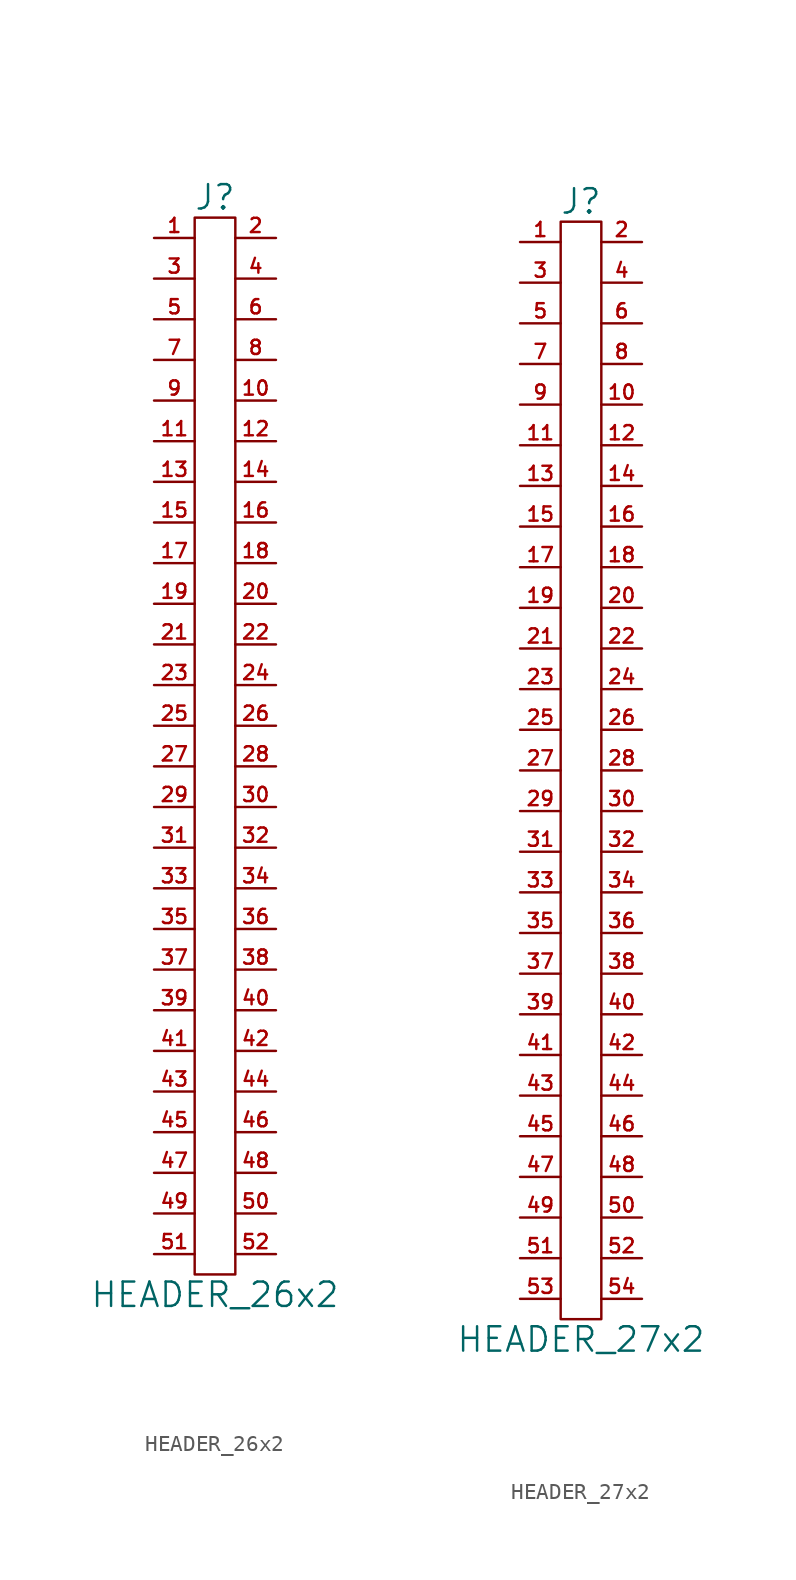
<source format=kicad_sym>
(kicad_symbol_lib
  (version 20220914)
  (generator kicad_symbol_editor)
  (symbol "HEADER_26x2"
    (pin_names
      (offset 0))
    (property "Reference" "J"
      (at 0 34.29 0)
      (effects (font (size 1.524 1.524))))
    (property "Value" "HEADER_26x2"
      (at 0 -34.29 0)
      (effects (font (size 1.524 1.524))))
    (property "Footprint" ""
      (at 0 -5.08 0)
      (effects (font (size 1.524 1.524))))
    (property "Datasheet" ""
      (at 0 0 0)
      (effects (font (size 1.524 1.524))))
    (symbol "HEADER_26x2_0_1"
      (rectangle (start 1.27 -33.02) (end -1.27 33.02) (stroke (width 0) (type solid)) (fill (type none))))
    (symbol "HEADER_26x2_1_1"
      (pin passive line (at -3.81 31.75 0) (length 2.54) (name "~" (effects (font (size 1.27 1.27)))) (number "1" (effects (font (size 0.889 0.889)))))
      (pin passive line (at 3.81 21.59 180) (length 2.54) (name "~" (effects (font (size 1.27 1.27)))) (number "10" (effects (font (size 0.889 0.889)))))
      (pin passive line (at -3.81 19.05 0) (length 2.54) (name "~" (effects (font (size 1.27 1.27)))) (number "11" (effects (font (size 0.889 0.889)))))
      (pin passive line (at 3.81 19.05 180) (length 2.54) (name "~" (effects (font (size 1.27 1.27)))) (number "12" (effects (font (size 0.889 0.889)))))
      (pin passive line (at -3.81 16.51 0) (length 2.54) (name "~" (effects (font (size 1.27 1.27)))) (number "13" (effects (font (size 0.889 0.889)))))
      (pin passive line (at 3.81 16.51 180) (length 2.54) (name "~" (effects (font (size 1.27 1.27)))) (number "14" (effects (font (size 0.889 0.889)))))
      (pin passive line (at -3.81 13.97 0) (length 2.54) (name "~" (effects (font (size 1.27 1.27)))) (number "15" (effects (font (size 0.889 0.889)))))
      (pin passive line (at 3.81 13.97 180) (length 2.54) (name "~" (effects (font (size 1.27 1.27)))) (number "16" (effects (font (size 0.889 0.889)))))
      (pin passive line (at -3.81 11.43 0) (length 2.54) (name "~" (effects (font (size 1.27 1.27)))) (number "17" (effects (font (size 0.889 0.889)))))
      (pin passive line (at 3.81 11.43 180) (length 2.54) (name "~" (effects (font (size 1.27 1.27)))) (number "18" (effects (font (size 0.889 0.889)))))
      (pin passive line (at -3.81 8.89 0) (length 2.54) (name "~" (effects (font (size 1.27 1.27)))) (number "19" (effects (font (size 0.889 0.889)))))
      (pin passive line (at 3.81 31.75 180) (length 2.54) (name "~" (effects (font (size 1.27 1.27)))) (number "2" (effects (font (size 0.889 0.889)))))
      (pin passive line (at 3.81 8.89 180) (length 2.54) (name "~" (effects (font (size 1.27 1.27)))) (number "20" (effects (font (size 0.889 0.889)))))
      (pin passive line (at -3.81 6.35 0) (length 2.54) (name "~" (effects (font (size 1.27 1.27)))) (number "21" (effects (font (size 0.889 0.889)))))
      (pin passive line (at 3.81 6.35 180) (length 2.54) (name "~" (effects (font (size 1.27 1.27)))) (number "22" (effects (font (size 0.889 0.889)))))
      (pin passive line (at -3.81 3.81 0) (length 2.54) (name "~" (effects (font (size 1.27 1.27)))) (number "23" (effects (font (size 0.889 0.889)))))
      (pin passive line (at 3.81 3.81 180) (length 2.54) (name "~" (effects (font (size 1.27 1.27)))) (number "24" (effects (font (size 0.889 0.889)))))
      (pin passive line (at -3.81 1.27 0) (length 2.54) (name "~" (effects (font (size 1.27 1.27)))) (number "25" (effects (font (size 0.889 0.889)))))
      (pin passive line (at 3.81 1.27 180) (length 2.54) (name "~" (effects (font (size 1.27 1.27)))) (number "26" (effects (font (size 0.889 0.889)))))
      (pin passive line (at -3.81 -1.27 0) (length 2.54) (name "~" (effects (font (size 1.27 1.27)))) (number "27" (effects (font (size 0.889 0.889)))))
      (pin passive line (at 3.81 -1.27 180) (length 2.54) (name "~" (effects (font (size 1.27 1.27)))) (number "28" (effects (font (size 0.889 0.889)))))
      (pin passive line (at -3.81 -3.81 0) (length 2.54) (name "~" (effects (font (size 1.27 1.27)))) (number "29" (effects (font (size 0.889 0.889)))))
      (pin passive line (at -3.81 29.21 0) (length 2.54) (name "~" (effects (font (size 1.27 1.27)))) (number "3" (effects (font (size 0.889 0.889)))))
      (pin passive line (at 3.81 -3.81 180) (length 2.54) (name "~" (effects (font (size 1.27 1.27)))) (number "30" (effects (font (size 0.889 0.889)))))
      (pin passive line (at -3.81 -6.35 0) (length 2.54) (name "~" (effects (font (size 1.27 1.27)))) (number "31" (effects (font (size 0.889 0.889)))))
      (pin passive line (at 3.81 -6.35 180) (length 2.54) (name "~" (effects (font (size 1.27 1.27)))) (number "32" (effects (font (size 0.889 0.889)))))
      (pin passive line (at -3.81 -8.89 0) (length 2.54) (name "~" (effects (font (size 1.27 1.27)))) (number "33" (effects (font (size 0.889 0.889)))))
      (pin passive line (at 3.81 -8.89 180) (length 2.54) (name "~" (effects (font (size 1.27 1.27)))) (number "34" (effects (font (size 0.889 0.889)))))
      (pin passive line (at -3.81 -11.43 0) (length 2.54) (name "~" (effects (font (size 1.27 1.27)))) (number "35" (effects (font (size 0.889 0.889)))))
      (pin passive line (at 3.81 -11.43 180) (length 2.54) (name "~" (effects (font (size 1.27 1.27)))) (number "36" (effects (font (size 0.889 0.889)))))
      (pin passive line (at -3.81 -13.97 0) (length 2.54) (name "~" (effects (font (size 0.889 0.889)))) (number "37" (effects (font (size 0.889 0.889)))))
      (pin passive line (at 3.81 -13.97 180) (length 2.54) (name "~" (effects (font (size 1.27 1.27)))) (number "38" (effects (font (size 0.889 0.889)))))
      (pin passive line (at -3.81 -16.51 0) (length 2.54) (name "~" (effects (font (size 1.27 1.27)))) (number "39" (effects (font (size 0.889 0.889)))))
      (pin passive line (at 3.81 29.21 180) (length 2.54) (name "~" (effects (font (size 1.27 1.27)))) (number "4" (effects (font (size 0.889 0.889)))))
      (pin passive line (at 3.81 -16.51 180) (length 2.54) (name "~" (effects (font (size 1.27 1.27)))) (number "40" (effects (font (size 0.889 0.889)))))
      (pin passive line (at -3.81 -19.05 0) (length 2.54) (name "~" (effects (font (size 1.27 1.27)))) (number "41" (effects (font (size 0.889 0.889)))))
      (pin passive line (at 3.81 -19.05 180) (length 2.54) (name "~" (effects (font (size 1.27 1.27)))) (number "42" (effects (font (size 0.889 0.889)))))
      (pin passive line (at -3.81 -21.59 0) (length 2.54) (name "~" (effects (font (size 1.27 1.27)))) (number "43" (effects (font (size 0.889 0.889)))))
      (pin passive line (at 3.81 -21.59 180) (length 2.54) (name "~" (effects (font (size 1.27 1.27)))) (number "44" (effects (font (size 0.889 0.889)))))
      (pin passive line (at -3.81 -24.13 0) (length 2.54) (name "~" (effects (font (size 1.27 1.27)))) (number "45" (effects (font (size 0.889 0.889)))))
      (pin passive line (at 3.81 -24.13 180) (length 2.54) (name "~" (effects (font (size 1.27 1.27)))) (number "46" (effects (font (size 0.889 0.889)))))
      (pin passive line (at -3.81 -26.67 0) (length 2.54) (name "~" (effects (font (size 1.27 1.27)))) (number "47" (effects (font (size 0.889 0.889)))))
      (pin passive line (at 3.81 -26.67 180) (length 2.54) (name "~" (effects (font (size 1.27 1.27)))) (number "48" (effects (font (size 0.889 0.889)))))
      (pin passive line (at -3.81 -29.21 0) (length 2.54) (name "~" (effects (font (size 1.27 1.27)))) (number "49" (effects (font (size 0.889 0.889)))))
      (pin passive line (at -3.81 26.67 0) (length 2.54) (name "~" (effects (font (size 1.27 1.27)))) (number "5" (effects (font (size 0.889 0.889)))))
      (pin passive line (at 3.81 -29.21 180) (length 2.54) (name "~" (effects (font (size 1.27 1.27)))) (number "50" (effects (font (size 0.889 0.889)))))
      (pin passive line (at -3.81 -31.75 0) (length 2.54) (name "~" (effects (font (size 1.27 1.27)))) (number "51" (effects (font (size 0.889 0.889)))))
      (pin passive line (at 3.81 -31.75 180) (length 2.54) (name "~" (effects (font (size 1.27 1.27)))) (number "52" (effects (font (size 0.889 0.889)))))
      (pin passive line (at 3.81 26.67 180) (length 2.54) (name "~" (effects (font (size 1.27 1.27)))) (number "6" (effects (font (size 0.889 0.889)))))
      (pin passive line (at -3.81 24.13 0) (length 2.54) (name "~" (effects (font (size 1.27 1.27)))) (number "7" (effects (font (size 0.889 0.889)))))
      (pin passive line (at 3.81 24.13 180) (length 2.54) (name "~" (effects (font (size 1.27 1.27)))) (number "8" (effects (font (size 0.889 0.889)))))
      (pin passive line (at -3.81 21.59 0) (length 2.54) (name "~" (effects (font (size 1.27 1.27)))) (number "9" (effects (font (size 0.889 0.889)))))))
  (symbol "HEADER_27x2"
    (pin_names
      (offset 0))
    (property "Reference" "J"
      (at 0 35.56 0)
      (effects (font (size 1.524 1.524))))
    (property "Value" "HEADER_27x2"
      (at 0 -35.56 0)
      (effects (font (size 1.524 1.524))))
    (property "Footprint" ""
      (at 0 -3.81 0)
      (effects (font (size 1.524 1.524))))
    (property "Datasheet" ""
      (at 0 0 0)
      (effects (font (size 1.524 1.524))))
    (symbol "HEADER_27x2_0_1"
      (rectangle (start 1.27 -34.29) (end -1.27 34.29) (stroke (width 0) (type solid)) (fill (type none))))
    (symbol "HEADER_27x2_1_1"
      (pin passive line (at -3.81 33.02 0) (length 2.54) (name "~" (effects (font (size 1.27 1.27)))) (number "1" (effects (font (size 0.889 0.889)))))
      (pin passive line (at 3.81 22.86 180) (length 2.54) (name "~" (effects (font (size 1.27 1.27)))) (number "10" (effects (font (size 0.889 0.889)))))
      (pin passive line (at -3.81 20.32 0) (length 2.54) (name "~" (effects (font (size 1.27 1.27)))) (number "11" (effects (font (size 0.889 0.889)))))
      (pin passive line (at 3.81 20.32 180) (length 2.54) (name "~" (effects (font (size 1.27 1.27)))) (number "12" (effects (font (size 0.889 0.889)))))
      (pin passive line (at -3.81 17.78 0) (length 2.54) (name "~" (effects (font (size 1.27 1.27)))) (number "13" (effects (font (size 0.889 0.889)))))
      (pin passive line (at 3.81 17.78 180) (length 2.54) (name "~" (effects (font (size 1.27 1.27)))) (number "14" (effects (font (size 0.889 0.889)))))
      (pin passive line (at -3.81 15.24 0) (length 2.54) (name "~" (effects (font (size 1.27 1.27)))) (number "15" (effects (font (size 0.889 0.889)))))
      (pin passive line (at 3.81 15.24 180) (length 2.54) (name "~" (effects (font (size 1.27 1.27)))) (number "16" (effects (font (size 0.889 0.889)))))
      (pin passive line (at -3.81 12.7 0) (length 2.54) (name "~" (effects (font (size 1.27 1.27)))) (number "17" (effects (font (size 0.889 0.889)))))
      (pin passive line (at 3.81 12.7 180) (length 2.54) (name "~" (effects (font (size 1.27 1.27)))) (number "18" (effects (font (size 0.889 0.889)))))
      (pin passive line (at -3.81 10.16 0) (length 2.54) (name "~" (effects (font (size 1.27 1.27)))) (number "19" (effects (font (size 0.889 0.889)))))
      (pin passive line (at 3.81 33.02 180) (length 2.54) (name "~" (effects (font (size 1.27 1.27)))) (number "2" (effects (font (size 0.889 0.889)))))
      (pin passive line (at 3.81 10.16 180) (length 2.54) (name "~" (effects (font (size 1.27 1.27)))) (number "20" (effects (font (size 0.889 0.889)))))
      (pin passive line (at -3.81 7.62 0) (length 2.54) (name "~" (effects (font (size 1.27 1.27)))) (number "21" (effects (font (size 0.889 0.889)))))
      (pin passive line (at 3.81 7.62 180) (length 2.54) (name "~" (effects (font (size 1.27 1.27)))) (number "22" (effects (font (size 0.889 0.889)))))
      (pin passive line (at -3.81 5.08 0) (length 2.54) (name "~" (effects (font (size 1.27 1.27)))) (number "23" (effects (font (size 0.889 0.889)))))
      (pin passive line (at 3.81 5.08 180) (length 2.54) (name "~" (effects (font (size 1.27 1.27)))) (number "24" (effects (font (size 0.889 0.889)))))
      (pin passive line (at -3.81 2.54 0) (length 2.54) (name "~" (effects (font (size 1.27 1.27)))) (number "25" (effects (font (size 0.889 0.889)))))
      (pin passive line (at 3.81 2.54 180) (length 2.54) (name "~" (effects (font (size 1.27 1.27)))) (number "26" (effects (font (size 0.889 0.889)))))
      (pin passive line (at -3.81 0 0) (length 2.54) (name "~" (effects (font (size 1.27 1.27)))) (number "27" (effects (font (size 0.889 0.889)))))
      (pin passive line (at 3.81 0 180) (length 2.54) (name "~" (effects (font (size 1.27 1.27)))) (number "28" (effects (font (size 0.889 0.889)))))
      (pin passive line (at -3.81 -2.54 0) (length 2.54) (name "~" (effects (font (size 1.27 1.27)))) (number "29" (effects (font (size 0.889 0.889)))))
      (pin passive line (at -3.81 30.48 0) (length 2.54) (name "~" (effects (font (size 1.27 1.27)))) (number "3" (effects (font (size 0.889 0.889)))))
      (pin passive line (at 3.81 -2.54 180) (length 2.54) (name "~" (effects (font (size 1.27 1.27)))) (number "30" (effects (font (size 0.889 0.889)))))
      (pin passive line (at -3.81 -5.08 0) (length 2.54) (name "~" (effects (font (size 1.27 1.27)))) (number "31" (effects (font (size 0.889 0.889)))))
      (pin passive line (at 3.81 -5.08 180) (length 2.54) (name "~" (effects (font (size 1.27 1.27)))) (number "32" (effects (font (size 0.889 0.889)))))
      (pin passive line (at -3.81 -7.62 0) (length 2.54) (name "~" (effects (font (size 1.27 1.27)))) (number "33" (effects (font (size 0.889 0.889)))))
      (pin passive line (at 3.81 -7.62 180) (length 2.54) (name "~" (effects (font (size 1.27 1.27)))) (number "34" (effects (font (size 0.889 0.889)))))
      (pin passive line (at -3.81 -10.16 0) (length 2.54) (name "~" (effects (font (size 1.27 1.27)))) (number "35" (effects (font (size 0.889 0.889)))))
      (pin passive line (at 3.81 -10.16 180) (length 2.54) (name "~" (effects (font (size 1.27 1.27)))) (number "36" (effects (font (size 0.889 0.889)))))
      (pin passive line (at -3.81 -12.7 0) (length 2.54) (name "~" (effects (font (size 0.889 0.889)))) (number "37" (effects (font (size 0.889 0.889)))))
      (pin passive line (at 3.81 -12.7 180) (length 2.54) (name "~" (effects (font (size 1.27 1.27)))) (number "38" (effects (font (size 0.889 0.889)))))
      (pin passive line (at -3.81 -15.24 0) (length 2.54) (name "~" (effects (font (size 1.27 1.27)))) (number "39" (effects (font (size 0.889 0.889)))))
      (pin passive line (at 3.81 30.48 180) (length 2.54) (name "~" (effects (font (size 1.27 1.27)))) (number "4" (effects (font (size 0.889 0.889)))))
      (pin passive line (at 3.81 -15.24 180) (length 2.54) (name "~" (effects (font (size 1.27 1.27)))) (number "40" (effects (font (size 0.889 0.889)))))
      (pin passive line (at -3.81 -17.78 0) (length 2.54) (name "~" (effects (font (size 1.27 1.27)))) (number "41" (effects (font (size 0.889 0.889)))))
      (pin passive line (at 3.81 -17.78 180) (length 2.54) (name "~" (effects (font (size 1.27 1.27)))) (number "42" (effects (font (size 0.889 0.889)))))
      (pin passive line (at -3.81 -20.32 0) (length 2.54) (name "~" (effects (font (size 1.27 1.27)))) (number "43" (effects (font (size 0.889 0.889)))))
      (pin passive line (at 3.81 -20.32 180) (length 2.54) (name "~" (effects (font (size 1.27 1.27)))) (number "44" (effects (font (size 0.889 0.889)))))
      (pin passive line (at -3.81 -22.86 0) (length 2.54) (name "~" (effects (font (size 1.27 1.27)))) (number "45" (effects (font (size 0.889 0.889)))))
      (pin passive line (at 3.81 -22.86 180) (length 2.54) (name "~" (effects (font (size 1.27 1.27)))) (number "46" (effects (font (size 0.889 0.889)))))
      (pin passive line (at -3.81 -25.4 0) (length 2.54) (name "~" (effects (font (size 1.27 1.27)))) (number "47" (effects (font (size 0.889 0.889)))))
      (pin passive line (at 3.81 -25.4 180) (length 2.54) (name "~" (effects (font (size 1.27 1.27)))) (number "48" (effects (font (size 0.889 0.889)))))
      (pin passive line (at -3.81 -27.94 0) (length 2.54) (name "~" (effects (font (size 1.27 1.27)))) (number "49" (effects (font (size 0.889 0.889)))))
      (pin passive line (at -3.81 27.94 0) (length 2.54) (name "~" (effects (font (size 1.27 1.27)))) (number "5" (effects (font (size 0.889 0.889)))))
      (pin passive line (at 3.81 -27.94 180) (length 2.54) (name "~" (effects (font (size 1.27 1.27)))) (number "50" (effects (font (size 0.889 0.889)))))
      (pin passive line (at -3.81 -30.48 0) (length 2.54) (name "~" (effects (font (size 1.27 1.27)))) (number "51" (effects (font (size 0.889 0.889)))))
      (pin passive line (at 3.81 -30.48 180) (length 2.54) (name "~" (effects (font (size 1.27 1.27)))) (number "52" (effects (font (size 0.889 0.889)))))
      (pin passive line (at -3.81 -33.02 0) (length 2.54) (name "~" (effects (font (size 1.27 1.27)))) (number "53" (effects (font (size 0.889 0.889)))))
      (pin passive line (at 3.81 -33.02 180) (length 2.54) (name "~" (effects (font (size 1.27 1.27)))) (number "54" (effects (font (size 0.889 0.889)))))
      (pin passive line (at 3.81 27.94 180) (length 2.54) (name "~" (effects (font (size 1.27 1.27)))) (number "6" (effects (font (size 0.889 0.889)))))
      (pin passive line (at -3.81 25.4 0) (length 2.54) (name "~" (effects (font (size 1.27 1.27)))) (number "7" (effects (font (size 0.889 0.889)))))
      (pin passive line (at 3.81 25.4 180) (length 2.54) (name "~" (effects (font (size 1.27 1.27)))) (number "8" (effects (font (size 0.889 0.889)))))
      (pin passive line (at -3.81 22.86 0) (length 2.54) (name "~" (effects (font (size 1.27 1.27)))) (number "9" (effects (font (size 0.889 0.889))))))))
</source>
